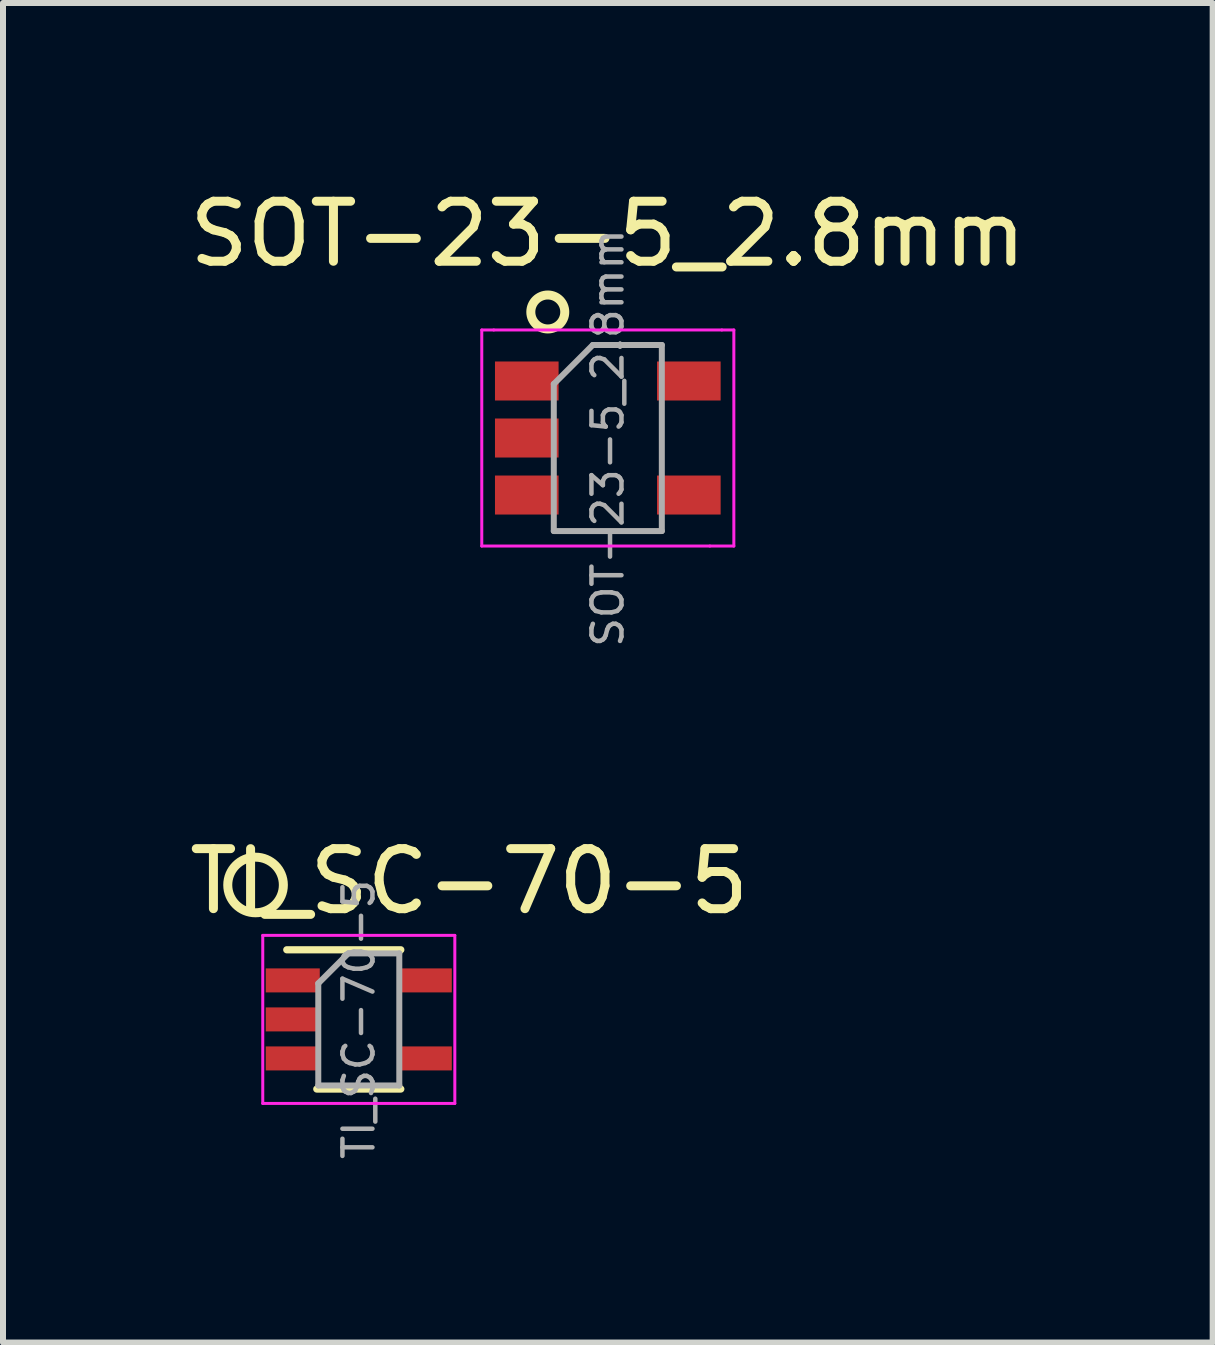
<source format=kicad_pcb>
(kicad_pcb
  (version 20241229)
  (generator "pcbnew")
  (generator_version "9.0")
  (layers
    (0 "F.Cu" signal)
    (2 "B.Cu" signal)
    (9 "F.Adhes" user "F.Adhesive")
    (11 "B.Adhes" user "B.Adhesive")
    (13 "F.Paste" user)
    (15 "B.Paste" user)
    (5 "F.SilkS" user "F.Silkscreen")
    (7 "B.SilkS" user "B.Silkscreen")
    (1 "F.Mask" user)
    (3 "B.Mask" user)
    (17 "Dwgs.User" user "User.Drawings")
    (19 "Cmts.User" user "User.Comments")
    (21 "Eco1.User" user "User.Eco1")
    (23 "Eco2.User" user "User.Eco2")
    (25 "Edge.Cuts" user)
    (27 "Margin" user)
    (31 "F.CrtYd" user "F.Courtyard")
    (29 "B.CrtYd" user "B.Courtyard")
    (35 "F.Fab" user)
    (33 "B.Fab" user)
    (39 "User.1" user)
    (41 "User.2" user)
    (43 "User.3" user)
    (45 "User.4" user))
  (footprint "TI_SC-70-5"
    (layer "F.Cu")
    (at 2.928 13.935)
    (property "Reference" "TI_SC-70-5" (at 1.84 -2.3 0) (layer "F.SilkS") (effects (font (size 1 1) (thickness 0.15))))
    (attr smd)
    (fp_line (start -0.7 1.16) (end 0.7 1.16) (stroke (width 0.12) (type solid)) (layer "F.SilkS"))
    (fp_line (start 0.7 -1.16) (end -1.2 -1.16) (stroke (width 0.12) (type solid)) (layer "F.SilkS"))
    (fp_circle (center -1.72 -2.24) (end -1.47 -1.85) (stroke (width 0.15) (type solid)) (fill no) (layer "F.SilkS"))
    (fp_line (start -1.6 -1.4) (end -1.6 1.4) (stroke (width 0.05) (type solid)) (layer "F.CrtYd"))
    (fp_line (start -1.6 -1.4) (end 1.6 -1.4) (stroke (width 0.05) (type solid)) (layer "F.CrtYd"))
    (fp_line (start -1.6 1.4) (end 1.6 1.4) (stroke (width 0.05) (type solid)) (layer "F.CrtYd"))
    (fp_line (start 1.6 1.4) (end 1.6 -1.4) (stroke (width 0.05) (type solid)) (layer "F.CrtYd"))
    (fp_line (start -0.675 -0.6) (end -0.675 1.1) (stroke (width 0.1) (type solid)) (layer "F.Fab"))
    (fp_line (start -0.175 -1.1) (end -0.675 -0.6) (stroke (width 0.1) (type solid)) (layer "F.Fab"))
    (fp_line (start 0.675 -1.1) (end -0.175 -1.1) (stroke (width 0.1) (type solid)) (layer "F.Fab"))
    (fp_line (start 0.675 -1.1) (end 0.675 1.1) (stroke (width 0.1) (type solid)) (layer "F.Fab"))
    (fp_line (start 0.675 1.1) (end -0.675 1.1) (stroke (width 0.1) (type solid)) (layer "F.Fab"))
    (fp_text user "${REFERENCE}" (at 0 0 90) (layer "F.Fab") (effects (font (size 0.5 0.5) (thickness 0.075))))
    (pad "1" smd rect (at -1.1 -0.65) (size 0.9 0.4) (layers "F.Cu" "F.Mask" "F.Paste"))
    (pad "2" smd rect (at -1.1 0) (size 0.9 0.4) (layers "F.Cu" "F.Mask" "F.Paste"))
    (pad "3" smd rect (at -1.1 0.65) (size 0.9 0.4) (layers "F.Cu" "F.Mask" "F.Paste"))
    (pad "4" smd rect (at 1.1 0.65) (size 0.9 0.4) (layers "F.Cu" "F.Mask" "F.Paste"))
    (pad "5" smd rect (at 1.1 -0.65) (size 0.9 0.4) (layers "F.Cu" "F.Mask" "F.Paste")))
  (footprint "SOT-23-5_2.8mm"
    (layer "F.Cu")
    (at 7.077 4.248)
    (property "Reference" "SOT-23-5_2.8mm" (at 0 -3.4 0) (layer "F.SilkS") (effects (font (size 1 1) (thickness 0.15))))
    (attr smd)
    (fp_circle (center -1 -2.1) (end -0.8 -1.9) (stroke (width 0.15) (type solid)) (fill no) (layer "F.SilkS"))
    (fp_line (start -2.1 1.8) (end -2.1 -1.8) (stroke (width 0.05) (type solid)) (layer "F.CrtYd"))
    (fp_line (start -1.9 -1.8) (end -2.1 -1.8) (stroke (width 0.05) (type solid)) (layer "F.CrtYd"))
    (fp_line (start -1.9 -1.8) (end 1.9 -1.8) (stroke (width 0.05) (type solid)) (layer "F.CrtYd"))
    (fp_line (start 1.7 1.8) (end -2.1 1.8) (stroke (width 0.05) (type solid)) (layer "F.CrtYd"))
    (fp_line (start 1.9 -1.8) (end 2.1 -1.8) (stroke (width 0.05) (type solid)) (layer "F.CrtYd"))
    (fp_line (start 2.1 -1.8) (end 2.1 1.8) (stroke (width 0.05) (type solid)) (layer "F.CrtYd"))
    (fp_line (start 2.1 1.8) (end 1.7 1.8) (stroke (width 0.05) (type solid)) (layer "F.CrtYd"))
    (fp_line (start -0.9 -0.9) (end -0.9 1.55) (stroke (width 0.1) (type solid)) (layer "F.Fab"))
    (fp_line (start -0.9 -0.9) (end -0.25 -1.55) (stroke (width 0.1) (type solid)) (layer "F.Fab"))
    (fp_line (start 0.9 -1.55) (end -0.25 -1.55) (stroke (width 0.1) (type solid)) (layer "F.Fab"))
    (fp_line (start 0.9 -1.55) (end 0.9 1.55) (stroke (width 0.1) (type solid)) (layer "F.Fab"))
    (fp_line (start 0.9 1.55) (end -0.9 1.55) (stroke (width 0.1) (type solid)) (layer "F.Fab"))
    (fp_text user "${REFERENCE}" (at 0 0 90) (layer "F.Fab") (effects (font (size 0.5 0.5) (thickness 0.075))))
    (pad "1" smd rect (at -1.35 -0.95) (size 1.06 0.65) (layers "F.Cu" "F.Mask" "F.Paste"))
    (pad "2" smd rect (at -1.35 0) (size 1.06 0.65) (layers "F.Cu" "F.Mask" "F.Paste"))
    (pad "3" smd rect (at -1.35 0.95) (size 1.06 0.65) (layers "F.Cu" "F.Mask" "F.Paste"))
    (pad "4" smd rect (at 1.35 0.95) (size 1.06 0.65) (layers "F.Cu" "F.Mask" "F.Paste"))
    (pad "5" smd rect (at 1.35 -0.95) (size 1.06 0.65) (layers "F.Cu" "F.Mask" "F.Paste")))
  (gr_rect
    (start -3 -3)
    (end 17.155 19.319)
    (stroke (width 0.1) (type default))
    (fill no)
    (layer "Edge.Cuts")))
</source>
